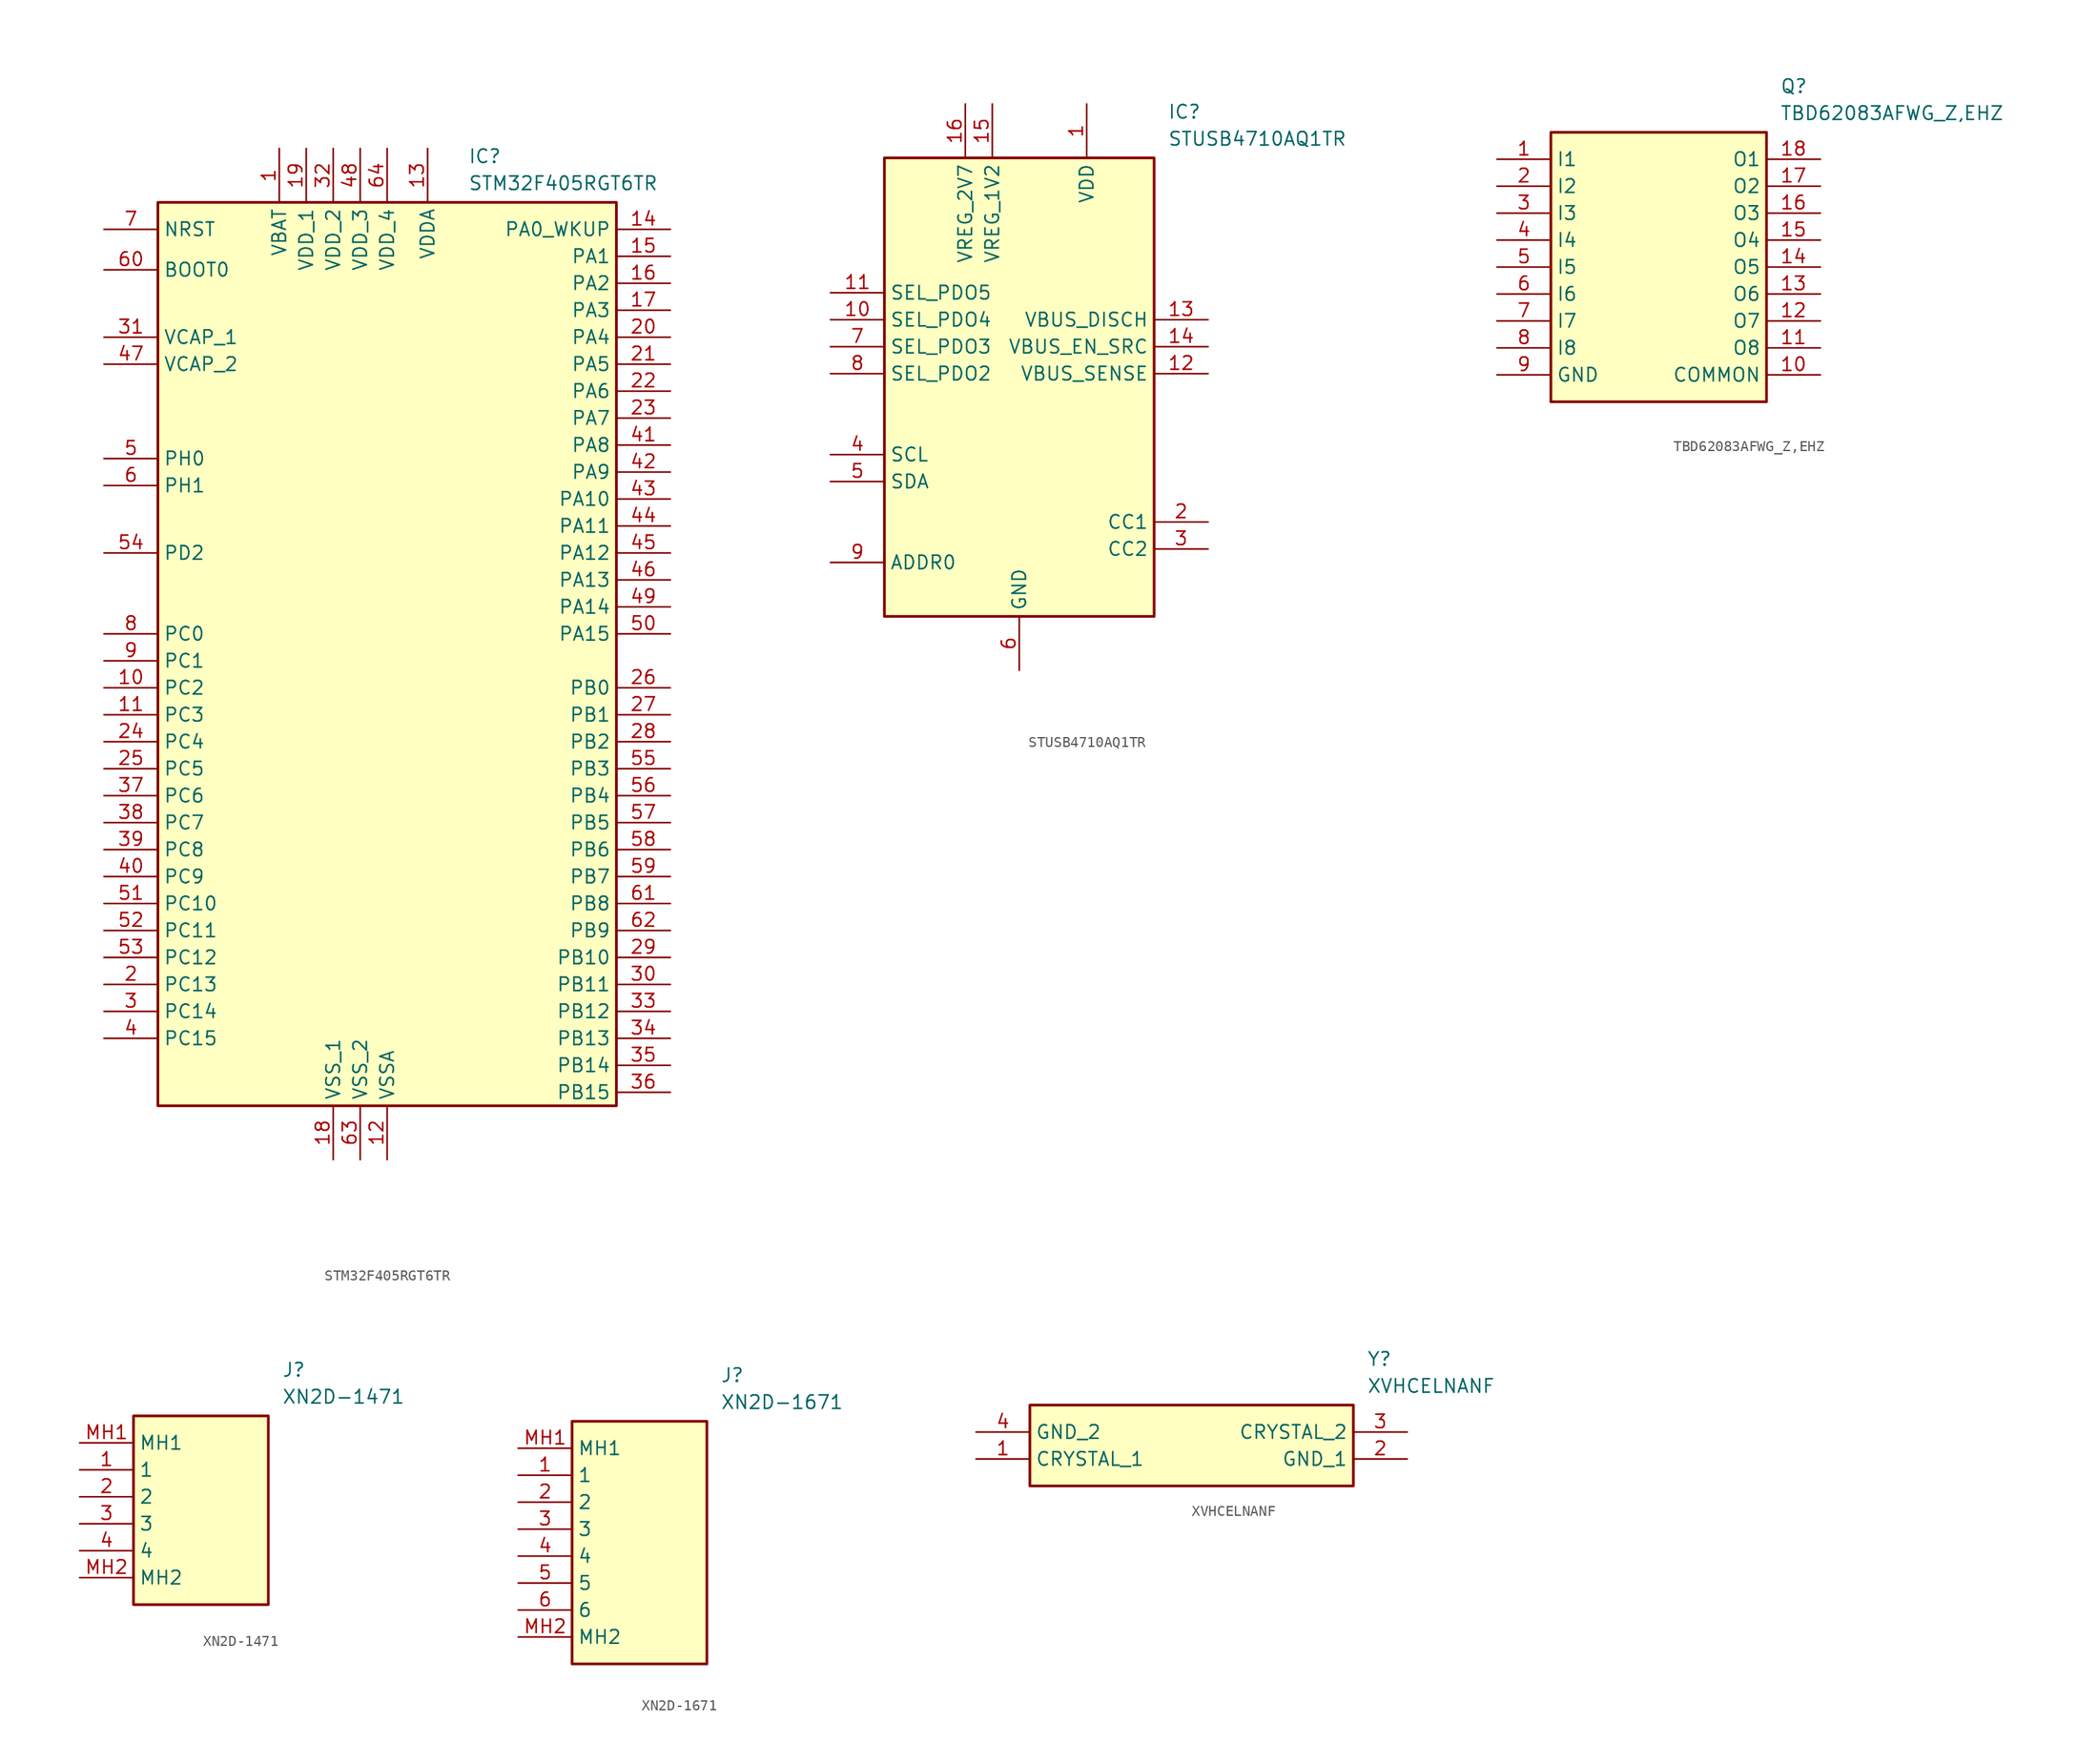
<source format=kicad_sym>
(kicad_symbol_lib
  (version 20220914)
  (generator kicad_symbol_editor)
  (symbol "STM32F405RGT6TR"
    (property "Reference" "IC"
      (at 34.29 17.78 0)
      (effects (font (size 1.27 1.27)) (justify left top)))
    (property "Value" "STM32F405RGT6TR"
      (at 34.29 15.24 0)
      (effects (font (size 1.27 1.27)) (justify left top)))
    (symbol "STM32F405RGT6TR_1_1"
      (rectangle (start 5.08 12.7) (end 48.26 -72.39) (stroke (width 0.254) (type default)) (fill (type background)))
      (pin passive line (at 16.51 17.78 270) (length 5.08) (name "VBAT" (effects (font (size 1.27 1.27)))) (number "1" (effects (font (size 1.27 1.27)))))
      (pin passive line (at 0 -33.02 0) (length 5.08) (name "PC2" (effects (font (size 1.27 1.27)))) (number "10" (effects (font (size 1.27 1.27)))))
      (pin passive line (at 0 -35.56 0) (length 5.08) (name "PC3" (effects (font (size 1.27 1.27)))) (number "11" (effects (font (size 1.27 1.27)))))
      (pin passive line (at 26.67 -77.47 90) (length 5.08) (name "VSSA" (effects (font (size 1.27 1.27)))) (number "12" (effects (font (size 1.27 1.27)))))
      (pin passive line (at 30.48 17.78 270) (length 5.08) (name "VDDA" (effects (font (size 1.27 1.27)))) (number "13" (effects (font (size 1.27 1.27)))))
      (pin passive line (at 53.34 10.16 180) (length 5.08) (name "PA0_WKUP" (effects (font (size 1.27 1.27)))) (number "14" (effects (font (size 1.27 1.27)))))
      (pin passive line (at 53.34 7.62 180) (length 5.08) (name "PA1" (effects (font (size 1.27 1.27)))) (number "15" (effects (font (size 1.27 1.27)))))
      (pin passive line (at 53.34 5.08 180) (length 5.08) (name "PA2" (effects (font (size 1.27 1.27)))) (number "16" (effects (font (size 1.27 1.27)))))
      (pin passive line (at 53.34 2.54 180) (length 5.08) (name "PA3" (effects (font (size 1.27 1.27)))) (number "17" (effects (font (size 1.27 1.27)))))
      (pin passive line (at 21.59 -77.47 90) (length 5.08) (name "VSS_1" (effects (font (size 1.27 1.27)))) (number "18" (effects (font (size 1.27 1.27)))))
      (pin passive line (at 19.05 17.78 270) (length 5.08) (name "VDD_1" (effects (font (size 1.27 1.27)))) (number "19" (effects (font (size 1.27 1.27)))))
      (pin passive line (at 0 -60.96 0) (length 5.08) (name "PC13" (effects (font (size 1.27 1.27)))) (number "2" (effects (font (size 1.27 1.27)))))
      (pin passive line (at 53.34 0 180) (length 5.08) (name "PA4" (effects (font (size 1.27 1.27)))) (number "20" (effects (font (size 1.27 1.27)))))
      (pin passive line (at 53.34 -2.54 180) (length 5.08) (name "PA5" (effects (font (size 1.27 1.27)))) (number "21" (effects (font (size 1.27 1.27)))))
      (pin passive line (at 53.34 -5.08 180) (length 5.08) (name "PA6" (effects (font (size 1.27 1.27)))) (number "22" (effects (font (size 1.27 1.27)))))
      (pin passive line (at 53.34 -7.62 180) (length 5.08) (name "PA7" (effects (font (size 1.27 1.27)))) (number "23" (effects (font (size 1.27 1.27)))))
      (pin passive line (at 0 -38.1 0) (length 5.08) (name "PC4" (effects (font (size 1.27 1.27)))) (number "24" (effects (font (size 1.27 1.27)))))
      (pin passive line (at 0 -40.64 0) (length 5.08) (name "PC5" (effects (font (size 1.27 1.27)))) (number "25" (effects (font (size 1.27 1.27)))))
      (pin passive line (at 53.34 -33.02 180) (length 5.08) (name "PB0" (effects (font (size 1.27 1.27)))) (number "26" (effects (font (size 1.27 1.27)))))
      (pin passive line (at 53.34 -35.56 180) (length 5.08) (name "PB1" (effects (font (size 1.27 1.27)))) (number "27" (effects (font (size 1.27 1.27)))))
      (pin passive line (at 53.34 -38.1 180) (length 5.08) (name "PB2" (effects (font (size 1.27 1.27)))) (number "28" (effects (font (size 1.27 1.27)))))
      (pin passive line (at 53.34 -58.42 180) (length 5.08) (name "PB10" (effects (font (size 1.27 1.27)))) (number "29" (effects (font (size 1.27 1.27)))))
      (pin passive line (at 0 -63.5 0) (length 5.08) (name "PC14" (effects (font (size 1.27 1.27)))) (number "3" (effects (font (size 1.27 1.27)))))
      (pin passive line (at 53.34 -60.96 180) (length 5.08) (name "PB11" (effects (font (size 1.27 1.27)))) (number "30" (effects (font (size 1.27 1.27)))))
      (pin passive line (at 0 0 0) (length 5.08) (name "VCAP_1" (effects (font (size 1.27 1.27)))) (number "31" (effects (font (size 1.27 1.27)))))
      (pin passive line (at 21.59 17.78 270) (length 5.08) (name "VDD_2" (effects (font (size 1.27 1.27)))) (number "32" (effects (font (size 1.27 1.27)))))
      (pin passive line (at 53.34 -63.5 180) (length 5.08) (name "PB12" (effects (font (size 1.27 1.27)))) (number "33" (effects (font (size 1.27 1.27)))))
      (pin passive line (at 53.34 -66.04 180) (length 5.08) (name "PB13" (effects (font (size 1.27 1.27)))) (number "34" (effects (font (size 1.27 1.27)))))
      (pin passive line (at 53.34 -68.58 180) (length 5.08) (name "PB14" (effects (font (size 1.27 1.27)))) (number "35" (effects (font (size 1.27 1.27)))))
      (pin passive line (at 53.34 -71.12 180) (length 5.08) (name "PB15" (effects (font (size 1.27 1.27)))) (number "36" (effects (font (size 1.27 1.27)))))
      (pin passive line (at 0 -43.18 0) (length 5.08) (name "PC6" (effects (font (size 1.27 1.27)))) (number "37" (effects (font (size 1.27 1.27)))))
      (pin passive line (at 0 -45.72 0) (length 5.08) (name "PC7" (effects (font (size 1.27 1.27)))) (number "38" (effects (font (size 1.27 1.27)))))
      (pin passive line (at 0 -48.26 0) (length 5.08) (name "PC8" (effects (font (size 1.27 1.27)))) (number "39" (effects (font (size 1.27 1.27)))))
      (pin passive line (at 0 -66.04 0) (length 5.08) (name "PC15" (effects (font (size 1.27 1.27)))) (number "4" (effects (font (size 1.27 1.27)))))
      (pin passive line (at 0 -50.8 0) (length 5.08) (name "PC9" (effects (font (size 1.27 1.27)))) (number "40" (effects (font (size 1.27 1.27)))))
      (pin passive line (at 53.34 -10.16 180) (length 5.08) (name "PA8" (effects (font (size 1.27 1.27)))) (number "41" (effects (font (size 1.27 1.27)))))
      (pin passive line (at 53.34 -12.7 180) (length 5.08) (name "PA9" (effects (font (size 1.27 1.27)))) (number "42" (effects (font (size 1.27 1.27)))))
      (pin passive line (at 53.34 -15.24 180) (length 5.08) (name "PA10" (effects (font (size 1.27 1.27)))) (number "43" (effects (font (size 1.27 1.27)))))
      (pin passive line (at 53.34 -17.78 180) (length 5.08) (name "PA11" (effects (font (size 1.27 1.27)))) (number "44" (effects (font (size 1.27 1.27)))))
      (pin passive line (at 53.34 -20.32 180) (length 5.08) (name "PA12" (effects (font (size 1.27 1.27)))) (number "45" (effects (font (size 1.27 1.27)))))
      (pin passive line (at 53.34 -22.86 180) (length 5.08) (name "PA13" (effects (font (size 1.27 1.27)))) (number "46" (effects (font (size 1.27 1.27)))))
      (pin passive line (at 0 -2.54 0) (length 5.08) (name "VCAP_2" (effects (font (size 1.27 1.27)))) (number "47" (effects (font (size 1.27 1.27)))))
      (pin passive line (at 24.13 17.78 270) (length 5.08) (name "VDD_3" (effects (font (size 1.27 1.27)))) (number "48" (effects (font (size 1.27 1.27)))))
      (pin passive line (at 53.34 -25.4 180) (length 5.08) (name "PA14" (effects (font (size 1.27 1.27)))) (number "49" (effects (font (size 1.27 1.27)))))
      (pin passive line (at 0 -11.43 0) (length 5.08) (name "PH0" (effects (font (size 1.27 1.27)))) (number "5" (effects (font (size 1.27 1.27)))))
      (pin passive line (at 53.34 -27.94 180) (length 5.08) (name "PA15" (effects (font (size 1.27 1.27)))) (number "50" (effects (font (size 1.27 1.27)))))
      (pin passive line (at 0 -53.34 0) (length 5.08) (name "PC10" (effects (font (size 1.27 1.27)))) (number "51" (effects (font (size 1.27 1.27)))))
      (pin passive line (at 0 -55.88 0) (length 5.08) (name "PC11" (effects (font (size 1.27 1.27)))) (number "52" (effects (font (size 1.27 1.27)))))
      (pin passive line (at 0 -58.42 0) (length 5.08) (name "PC12" (effects (font (size 1.27 1.27)))) (number "53" (effects (font (size 1.27 1.27)))))
      (pin passive line (at 0 -20.32 0) (length 5.08) (name "PD2" (effects (font (size 1.27 1.27)))) (number "54" (effects (font (size 1.27 1.27)))))
      (pin passive line (at 53.34 -40.64 180) (length 5.08) (name "PB3" (effects (font (size 1.27 1.27)))) (number "55" (effects (font (size 1.27 1.27)))))
      (pin passive line (at 53.34 -43.18 180) (length 5.08) (name "PB4" (effects (font (size 1.27 1.27)))) (number "56" (effects (font (size 1.27 1.27)))))
      (pin passive line (at 53.34 -45.72 180) (length 5.08) (name "PB5" (effects (font (size 1.27 1.27)))) (number "57" (effects (font (size 1.27 1.27)))))
      (pin passive line (at 53.34 -48.26 180) (length 5.08) (name "PB6" (effects (font (size 1.27 1.27)))) (number "58" (effects (font (size 1.27 1.27)))))
      (pin passive line (at 53.34 -50.8 180) (length 5.08) (name "PB7" (effects (font (size 1.27 1.27)))) (number "59" (effects (font (size 1.27 1.27)))))
      (pin passive line (at 0 -13.97 0) (length 5.08) (name "PH1" (effects (font (size 1.27 1.27)))) (number "6" (effects (font (size 1.27 1.27)))))
      (pin passive line (at 0 6.35 0) (length 5.08) (name "BOOT0" (effects (font (size 1.27 1.27)))) (number "60" (effects (font (size 1.27 1.27)))))
      (pin passive line (at 53.34 -53.34 180) (length 5.08) (name "PB8" (effects (font (size 1.27 1.27)))) (number "61" (effects (font (size 1.27 1.27)))))
      (pin passive line (at 53.34 -55.88 180) (length 5.08) (name "PB9" (effects (font (size 1.27 1.27)))) (number "62" (effects (font (size 1.27 1.27)))))
      (pin passive line (at 24.13 -77.47 90) (length 5.08) (name "VSS_2" (effects (font (size 1.27 1.27)))) (number "63" (effects (font (size 1.27 1.27)))))
      (pin passive line (at 26.67 17.78 270) (length 5.08) (name "VDD_4" (effects (font (size 1.27 1.27)))) (number "64" (effects (font (size 1.27 1.27)))))
      (pin passive line (at 0 10.16 0) (length 5.08) (name "NRST" (effects (font (size 1.27 1.27)))) (number "7" (effects (font (size 1.27 1.27)))))
      (pin passive line (at 0 -27.94 0) (length 5.08) (name "PC0" (effects (font (size 1.27 1.27)))) (number "8" (effects (font (size 1.27 1.27)))))
      (pin passive line (at 0 -30.48 0) (length 5.08) (name "PC1" (effects (font (size 1.27 1.27)))) (number "9" (effects (font (size 1.27 1.27)))))))
  (symbol "STUSB4710AQ1TR"
    (property "Reference" "IC"
      (at 31.75 25.4 0)
      (effects (font (size 1.27 1.27)) (justify left top)))
    (property "Value" "STUSB4710AQ1TR"
      (at 31.75 22.86 0)
      (effects (font (size 1.27 1.27)) (justify left top)))
    (symbol "STUSB4710AQ1TR_1_1"
      (rectangle (start 5.08 20.32) (end 30.48 -22.86) (stroke (width 0.254) (type default)) (fill (type background)))
      (pin passive line (at 24.13 25.4 270) (length 5.08) (name "VDD" (effects (font (size 1.27 1.27)))) (number "1" (effects (font (size 1.27 1.27)))))
      (pin passive line (at 0 5.08 0) (length 5.08) (name "SEL_PDO4" (effects (font (size 1.27 1.27)))) (number "10" (effects (font (size 1.27 1.27)))))
      (pin passive line (at 0 7.62 0) (length 5.08) (name "SEL_PDO5" (effects (font (size 1.27 1.27)))) (number "11" (effects (font (size 1.27 1.27)))))
      (pin passive line (at 35.56 0 180) (length 5.08) (name "VBUS_SENSE" (effects (font (size 1.27 1.27)))) (number "12" (effects (font (size 1.27 1.27)))))
      (pin passive line (at 35.56 5.08 180) (length 5.08) (name "VBUS_DISCH" (effects (font (size 1.27 1.27)))) (number "13" (effects (font (size 1.27 1.27)))))
      (pin passive line (at 35.56 2.54 180) (length 5.08) (name "VBUS_EN_SRC" (effects (font (size 1.27 1.27)))) (number "14" (effects (font (size 1.27 1.27)))))
      (pin passive line (at 15.24 25.4 270) (length 5.08) (name "VREG_1V2" (effects (font (size 1.27 1.27)))) (number "15" (effects (font (size 1.27 1.27)))))
      (pin passive line (at 12.7 25.4 270) (length 5.08) (name "VREG_2V7" (effects (font (size 1.27 1.27)))) (number "16" (effects (font (size 1.27 1.27)))))
      (pin passive line (at 35.56 -13.97 180) (length 5.08) (name "CC1" (effects (font (size 1.27 1.27)))) (number "2" (effects (font (size 1.27 1.27)))))
      (pin passive line (at 35.56 -16.51 180) (length 5.08) (name "CC2" (effects (font (size 1.27 1.27)))) (number "3" (effects (font (size 1.27 1.27)))))
      (pin passive line (at 0 -7.62 0) (length 5.08) (name "SCL" (effects (font (size 1.27 1.27)))) (number "4" (effects (font (size 1.27 1.27)))))
      (pin passive line (at 0 -10.16 0) (length 5.08) (name "SDA" (effects (font (size 1.27 1.27)))) (number "5" (effects (font (size 1.27 1.27)))))
      (pin passive line (at 17.78 -27.94 90) (length 5.08) (name "GND" (effects (font (size 1.27 1.27)))) (number "6" (effects (font (size 1.27 1.27)))))
      (pin passive line (at 0 2.54 0) (length 5.08) (name "SEL_PDO3" (effects (font (size 1.27 1.27)))) (number "7" (effects (font (size 1.27 1.27)))))
      (pin passive line (at 0 0 0) (length 5.08) (name "SEL_PDO2" (effects (font (size 1.27 1.27)))) (number "8" (effects (font (size 1.27 1.27)))))
      (pin passive line (at 0 -17.78 0) (length 5.08) (name "ADDR0" (effects (font (size 1.27 1.27)))) (number "9" (effects (font (size 1.27 1.27)))))))
  (symbol "TBD62083AFWG_Z,EHZ"
    (property "Reference" "Q"
      (at 26.67 7.62 0)
      (effects (font (size 1.27 1.27)) (justify left top)))
    (property "Value" "TBD62083AFWG_Z,EHZ"
      (at 26.67 5.08 0)
      (effects (font (size 1.27 1.27)) (justify left top)))
    (symbol "TBD62083AFWG_Z,EHZ_1_1"
      (rectangle (start 5.08 2.54) (end 25.4 -22.86) (stroke (width 0.254) (type default)) (fill (type background)))
      (pin passive line (at 0 0 0) (length 5.08) (name "I1" (effects (font (size 1.27 1.27)))) (number "1" (effects (font (size 1.27 1.27)))))
      (pin passive line (at 30.48 -20.32 180) (length 5.08) (name "COMMON" (effects (font (size 1.27 1.27)))) (number "10" (effects (font (size 1.27 1.27)))))
      (pin passive line (at 30.48 -17.78 180) (length 5.08) (name "O8" (effects (font (size 1.27 1.27)))) (number "11" (effects (font (size 1.27 1.27)))))
      (pin passive line (at 30.48 -15.24 180) (length 5.08) (name "O7" (effects (font (size 1.27 1.27)))) (number "12" (effects (font (size 1.27 1.27)))))
      (pin passive line (at 30.48 -12.7 180) (length 5.08) (name "O6" (effects (font (size 1.27 1.27)))) (number "13" (effects (font (size 1.27 1.27)))))
      (pin passive line (at 30.48 -10.16 180) (length 5.08) (name "O5" (effects (font (size 1.27 1.27)))) (number "14" (effects (font (size 1.27 1.27)))))
      (pin passive line (at 30.48 -7.62 180) (length 5.08) (name "O4" (effects (font (size 1.27 1.27)))) (number "15" (effects (font (size 1.27 1.27)))))
      (pin passive line (at 30.48 -5.08 180) (length 5.08) (name "O3" (effects (font (size 1.27 1.27)))) (number "16" (effects (font (size 1.27 1.27)))))
      (pin passive line (at 30.48 -2.54 180) (length 5.08) (name "O2" (effects (font (size 1.27 1.27)))) (number "17" (effects (font (size 1.27 1.27)))))
      (pin passive line (at 30.48 0 180) (length 5.08) (name "O1" (effects (font (size 1.27 1.27)))) (number "18" (effects (font (size 1.27 1.27)))))
      (pin passive line (at 0 -2.54 0) (length 5.08) (name "I2" (effects (font (size 1.27 1.27)))) (number "2" (effects (font (size 1.27 1.27)))))
      (pin passive line (at 0 -5.08 0) (length 5.08) (name "I3" (effects (font (size 1.27 1.27)))) (number "3" (effects (font (size 1.27 1.27)))))
      (pin passive line (at 0 -7.62 0) (length 5.08) (name "I4" (effects (font (size 1.27 1.27)))) (number "4" (effects (font (size 1.27 1.27)))))
      (pin passive line (at 0 -10.16 0) (length 5.08) (name "I5" (effects (font (size 1.27 1.27)))) (number "5" (effects (font (size 1.27 1.27)))))
      (pin passive line (at 0 -12.7 0) (length 5.08) (name "I6" (effects (font (size 1.27 1.27)))) (number "6" (effects (font (size 1.27 1.27)))))
      (pin passive line (at 0 -15.24 0) (length 5.08) (name "I7" (effects (font (size 1.27 1.27)))) (number "7" (effects (font (size 1.27 1.27)))))
      (pin passive line (at 0 -17.78 0) (length 5.08) (name "I8" (effects (font (size 1.27 1.27)))) (number "8" (effects (font (size 1.27 1.27)))))
      (pin passive line (at 0 -20.32 0) (length 5.08) (name "GND" (effects (font (size 1.27 1.27)))) (number "9" (effects (font (size 1.27 1.27)))))))
  (symbol "XN2D-1471"
    (property "Reference" "J"
      (at 19.05 7.62 0)
      (effects (font (size 1.27 1.27)) (justify left top)))
    (property "Value" "XN2D-1471"
      (at 19.05 5.08 0)
      (effects (font (size 1.27 1.27)) (justify left top)))
    (symbol "XN2D-1471_1_1"
      (rectangle (start 5.08 2.54) (end 17.78 -15.24) (stroke (width 0.254) (type default)) (fill (type background)))
      (pin passive line (at 0 -2.54 0) (length 5.08) (name "1" (effects (font (size 1.27 1.27)))) (number "1" (effects (font (size 1.27 1.27)))))
      (pin passive line (at 0 -5.08 0) (length 5.08) (name "2" (effects (font (size 1.27 1.27)))) (number "2" (effects (font (size 1.27 1.27)))))
      (pin passive line (at 0 -7.62 0) (length 5.08) (name "3" (effects (font (size 1.27 1.27)))) (number "3" (effects (font (size 1.27 1.27)))))
      (pin passive line (at 0 -10.16 0) (length 5.08) (name "4" (effects (font (size 1.27 1.27)))) (number "4" (effects (font (size 1.27 1.27)))))
      (pin passive line (at 0 0 0) (length 5.08) (name "MH1" (effects (font (size 1.27 1.27)))) (number "MH1" (effects (font (size 1.27 1.27)))))
      (pin passive line (at 0 -12.7 0) (length 5.08) (name "MH2" (effects (font (size 1.27 1.27)))) (number "MH2" (effects (font (size 1.27 1.27)))))))
  (symbol "XN2D-1671"
    (property "Reference" "J"
      (at 19.05 7.62 0)
      (effects (font (size 1.27 1.27)) (justify left top)))
    (property "Value" "XN2D-1671"
      (at 19.05 5.08 0)
      (effects (font (size 1.27 1.27)) (justify left top)))
    (symbol "XN2D-1671_1_1"
      (rectangle (start 5.08 2.54) (end 17.78 -20.32) (stroke (width 0.254) (type default)) (fill (type background)))
      (pin passive line (at 0 -2.54 0) (length 5.08) (name "1" (effects (font (size 1.27 1.27)))) (number "1" (effects (font (size 1.27 1.27)))))
      (pin passive line (at 0 -5.08 0) (length 5.08) (name "2" (effects (font (size 1.27 1.27)))) (number "2" (effects (font (size 1.27 1.27)))))
      (pin passive line (at 0 -7.62 0) (length 5.08) (name "3" (effects (font (size 1.27 1.27)))) (number "3" (effects (font (size 1.27 1.27)))))
      (pin passive line (at 0 -10.16 0) (length 5.08) (name "4" (effects (font (size 1.27 1.27)))) (number "4" (effects (font (size 1.27 1.27)))))
      (pin passive line (at 0 -12.7 0) (length 5.08) (name "5" (effects (font (size 1.27 1.27)))) (number "5" (effects (font (size 1.27 1.27)))))
      (pin passive line (at 0 -15.24 0) (length 5.08) (name "6" (effects (font (size 1.27 1.27)))) (number "6" (effects (font (size 1.27 1.27)))))
      (pin passive line (at 0 0 0) (length 5.08) (name "MH1" (effects (font (size 1.27 1.27)))) (number "MH1" (effects (font (size 1.27 1.27)))))
      (pin passive line (at 0 -17.78 0) (length 5.08) (name "MH2" (effects (font (size 1.27 1.27)))) (number "MH2" (effects (font (size 1.27 1.27)))))))
  (symbol "XVHCELNANF"
    (property "Reference" "Y"
      (at 36.83 7.62 0)
      (effects (font (size 1.27 1.27)) (justify left top)))
    (property "Value" "XVHCELNANF"
      (at 36.83 5.08 0)
      (effects (font (size 1.27 1.27)) (justify left top)))
    (symbol "XVHCELNANF_1_1"
      (rectangle (start 5.08 2.54) (end 35.56 -5.08) (stroke (width 0.254) (type default)) (fill (type background)))
      (pin passive line (at 0 -2.54 0) (length 5.08) (name "CRYSTAL_1" (effects (font (size 1.27 1.27)))) (number "1" (effects (font (size 1.27 1.27)))))
      (pin passive line (at 40.64 -2.54 180) (length 5.08) (name "GND_1" (effects (font (size 1.27 1.27)))) (number "2" (effects (font (size 1.27 1.27)))))
      (pin passive line (at 40.64 0 180) (length 5.08) (name "CRYSTAL_2" (effects (font (size 1.27 1.27)))) (number "3" (effects (font (size 1.27 1.27)))))
      (pin passive line (at 0 0 0) (length 5.08) (name "GND_2" (effects (font (size 1.27 1.27)))) (number "4" (effects (font (size 1.27 1.27))))))))
</source>
